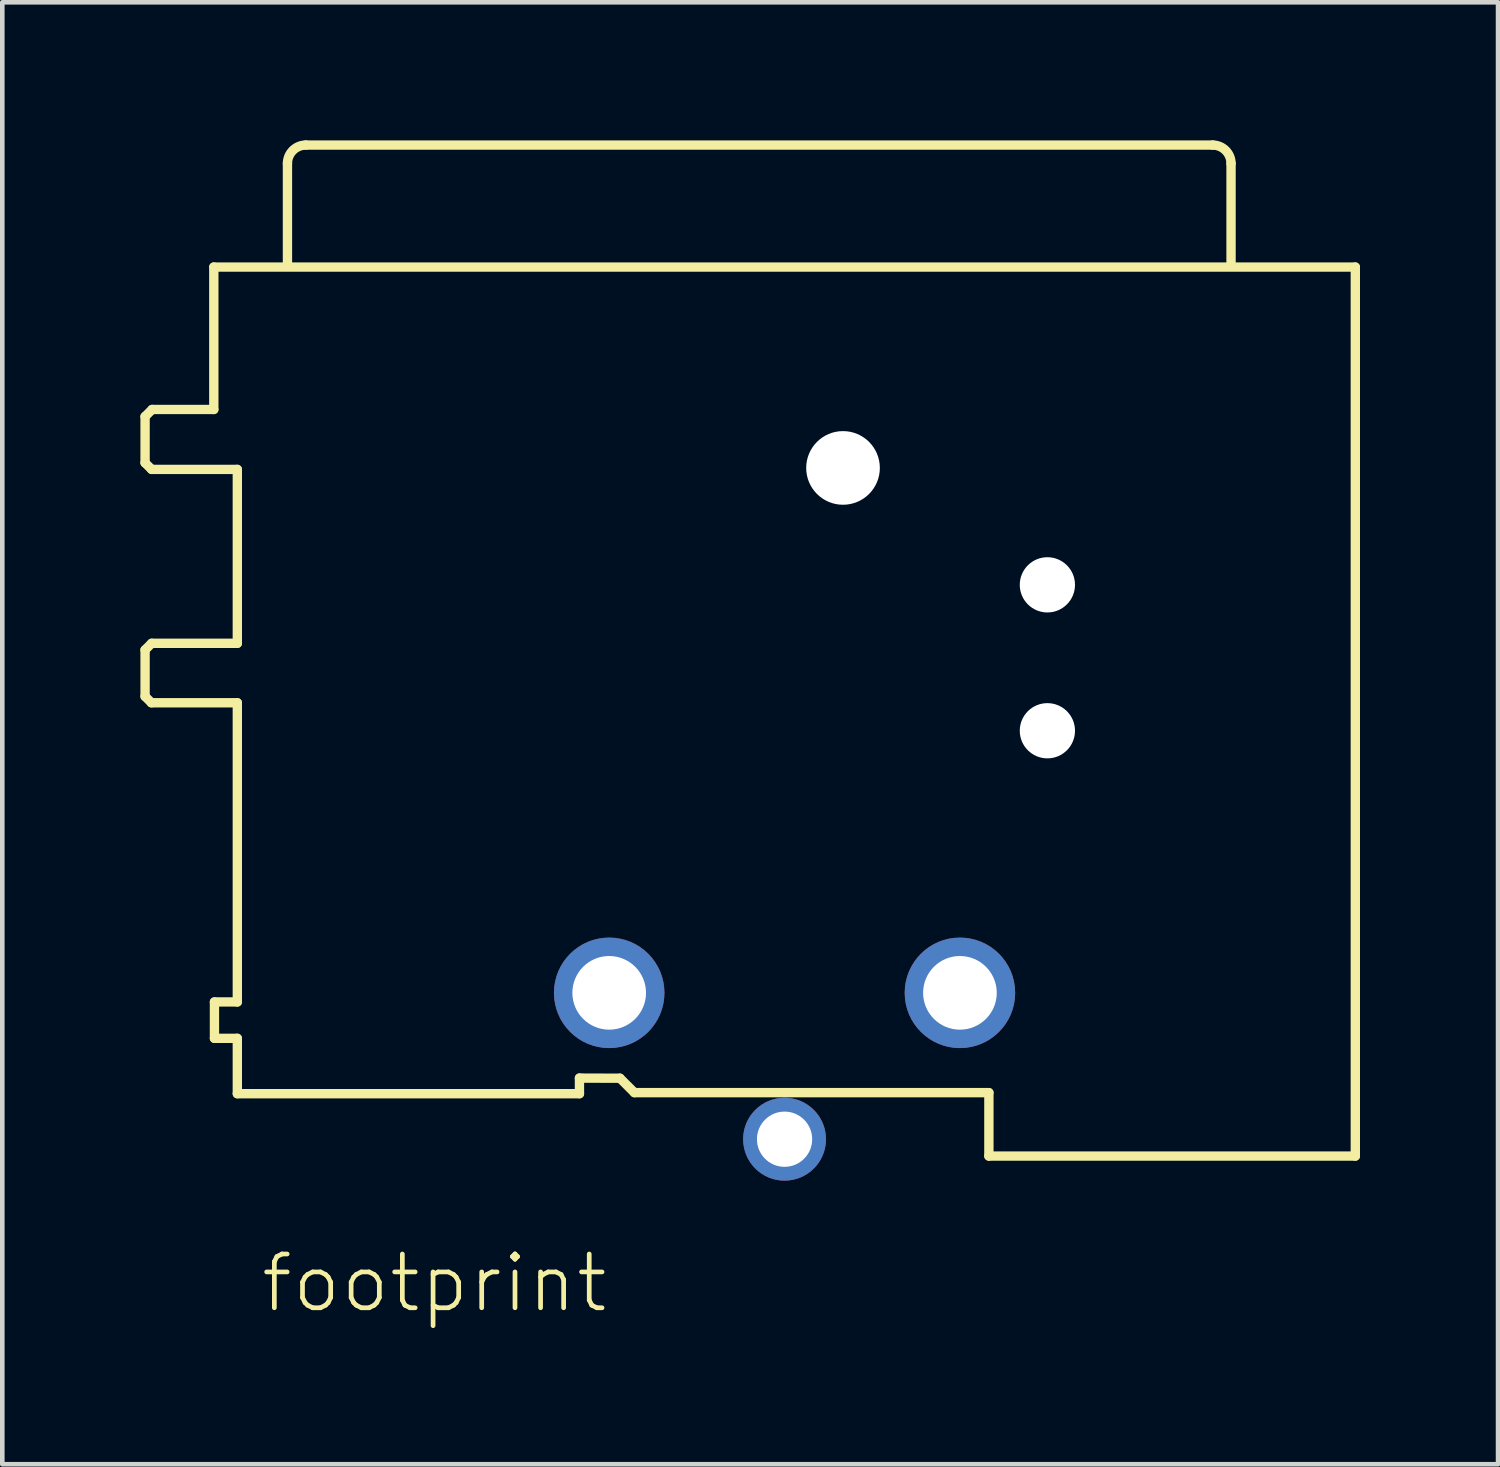
<source format=kicad_pcb>
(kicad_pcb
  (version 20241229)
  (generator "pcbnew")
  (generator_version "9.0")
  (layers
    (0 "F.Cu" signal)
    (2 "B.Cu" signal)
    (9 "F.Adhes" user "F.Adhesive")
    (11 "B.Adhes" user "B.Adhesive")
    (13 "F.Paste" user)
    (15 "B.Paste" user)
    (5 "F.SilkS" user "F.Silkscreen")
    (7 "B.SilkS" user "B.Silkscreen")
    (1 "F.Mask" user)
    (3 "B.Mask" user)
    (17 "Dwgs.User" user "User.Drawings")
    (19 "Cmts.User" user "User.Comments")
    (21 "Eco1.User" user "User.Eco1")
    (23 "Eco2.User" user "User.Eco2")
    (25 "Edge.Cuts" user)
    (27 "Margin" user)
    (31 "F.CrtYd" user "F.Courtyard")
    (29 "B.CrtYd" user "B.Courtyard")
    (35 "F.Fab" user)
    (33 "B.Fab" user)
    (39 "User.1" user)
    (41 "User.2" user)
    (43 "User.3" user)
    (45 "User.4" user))
  (footprint "footprint"
    (layer "F.Cu")
    (at 13.995 21.7)
    (property "Reference" "footprint" (at -11.43 3.81 0) (layer "F.SilkS") (effects (font (size 1.168 1.168) (thickness 0.102)) (justify left bottom)))
    (fp_line (start -13.893 -15.701) (end -13.74 -15.854) (stroke (width 0.203) (type solid)) (layer "F.SilkS"))
    (fp_line (start -13.893 -14.695) (end -13.893 -15.701) (stroke (width 0.203) (type solid)) (layer "F.SilkS"))
    (fp_line (start -13.893 -10.631) (end -13.75 -10.774) (stroke (width 0.203) (type solid)) (layer "F.SilkS"))
    (fp_line (start -13.893 -9.62) (end -13.893 -10.631) (stroke (width 0.203) (type solid)) (layer "F.SilkS"))
    (fp_line (start -13.755 -9.482) (end -13.893 -9.62) (stroke (width 0.203) (type solid)) (layer "F.SilkS"))
    (fp_line (start -13.75 -14.552) (end -13.893 -14.695) (stroke (width 0.203) (type solid)) (layer "F.SilkS"))
    (fp_line (start -13.75 -10.774) (end -11.889 -10.774) (stroke (width 0.203) (type solid)) (layer "F.SilkS"))
    (fp_line (start -13.74 -15.854) (end -12.4 -15.854) (stroke (width 0.203) (type solid)) (layer "F.SilkS"))
    (fp_line (start -12.4 -18.948) (end 12.4 -18.948) (stroke (width 0.203) (type solid)) (layer "F.SilkS"))
    (fp_line (start -12.4 -15.854) (end -12.4 -18.948) (stroke (width 0.203) (type solid)) (layer "F.SilkS"))
    (fp_line (start -12.386 -2.982) (end -11.889 -2.982) (stroke (width 0.203) (type solid)) (layer "F.SilkS"))
    (fp_line (start -12.386 -2.192) (end -12.386 -2.982) (stroke (width 0.203) (type solid)) (layer "F.SilkS"))
    (fp_line (start -11.889 -14.552) (end -13.75 -14.552) (stroke (width 0.203) (type solid)) (layer "F.SilkS"))
    (fp_line (start -11.889 -10.774) (end -11.889 -14.552) (stroke (width 0.203) (type solid)) (layer "F.SilkS"))
    (fp_line (start -11.889 -9.482) (end -13.755 -9.482) (stroke (width 0.203) (type solid)) (layer "F.SilkS"))
    (fp_line (start -11.889 -2.982) (end -11.889 -9.482) (stroke (width 0.203) (type solid)) (layer "F.SilkS"))
    (fp_line (start -11.889 -2.192) (end -12.386 -2.192) (stroke (width 0.203) (type solid)) (layer "F.SilkS"))
    (fp_line (start -11.889 -0.989) (end -11.889 -2.192) (stroke (width 0.203) (type solid)) (layer "F.SilkS"))
    (fp_line (start -10.8 -19.049) (end -10.8 -21.198) (stroke (width 0.203) (type solid)) (layer "F.SilkS"))
    (fp_line (start -10.4 -21.599) (end 9.3 -21.599) (stroke (width 0.203) (type solid)) (layer "F.SilkS"))
    (fp_line (start -4.456 -1.328) (end -4.456 -0.989) (stroke (width 0.203) (type solid)) (layer "F.SilkS"))
    (fp_line (start -4.456 -0.989) (end -11.889 -0.989) (stroke (width 0.203) (type solid)) (layer "F.SilkS"))
    (fp_line (start -3.576 -1.325) (end -4.456 -1.328) (stroke (width 0.203) (type solid)) (layer "F.SilkS"))
    (fp_line (start -3.262 -1.012) (end -3.576 -1.325) (stroke (width 0.203) (type solid)) (layer "F.SilkS"))
    (fp_line (start 4.439 -1.012) (end -3.262 -1.012) (stroke (width 0.203) (type solid)) (layer "F.SilkS"))
    (fp_line (start 4.439 0.366) (end 4.439 -1.012) (stroke (width 0.203) (type solid)) (layer "F.SilkS"))
    (fp_line (start 9.7 -21.198) (end 9.7 -19.049) (stroke (width 0.203) (type solid)) (layer "F.SilkS"))
    (fp_line (start 12.4 -18.948) (end 12.4 0.366) (stroke (width 0.203) (type solid)) (layer "F.SilkS"))
    (fp_line (start 12.4 0.366) (end 4.439 0.366) (stroke (width 0.203) (type solid)) (layer "F.SilkS"))
    (fp_arc (start -10.8 -21.1985) (mid -10.682843 -21.481343) (end -10.4 -21.5985) (stroke (width 0.2032) (type solid)) (layer "F.SilkS"))
    (fp_arc (start 9.3 -21.5985) (mid 9.582843 -21.481343) (end 9.7 -21.1985) (stroke (width 0.2032) (type solid)) (layer "F.SilkS"))
    (pad "" np_thru_hole circle (at 1.27 -14.584) (size 1.6 1.6) (drill 1.6) (layers "*.Cu" "*.Mask"))
    (pad "" np_thru_hole circle (at 5.71 -12.044) (size 1.2 1.2) (drill 1.2) (layers "*.Cu" "*.Mask"))
    (pad "" np_thru_hole circle (at 5.71 -8.874) (size 1.2 1.2) (drill 1.2) (layers "*.Cu" "*.Mask"))
    (pad "1-G" thru_hole circle (at -3.81 -3.18) (size 2.4 2.4) (drill 1.6) (layers "*.Cu" "*.Mask"))
    (pad "2" thru_hole circle (at 0 0) (size 1.8 1.8) (drill 1.2) (layers "*.Cu" "*.Mask"))
    (pad "3" thru_hole circle (at 3.81 -3.18) (size 2.4 2.4) (drill 1.6) (layers "*.Cu" "*.Mask")))
  (gr_rect
    (start -3 -3)
    (end 29.496 28.761)
    (stroke (width 0.1) (type default))
    (fill no)
    (layer "Edge.Cuts")))
</source>
